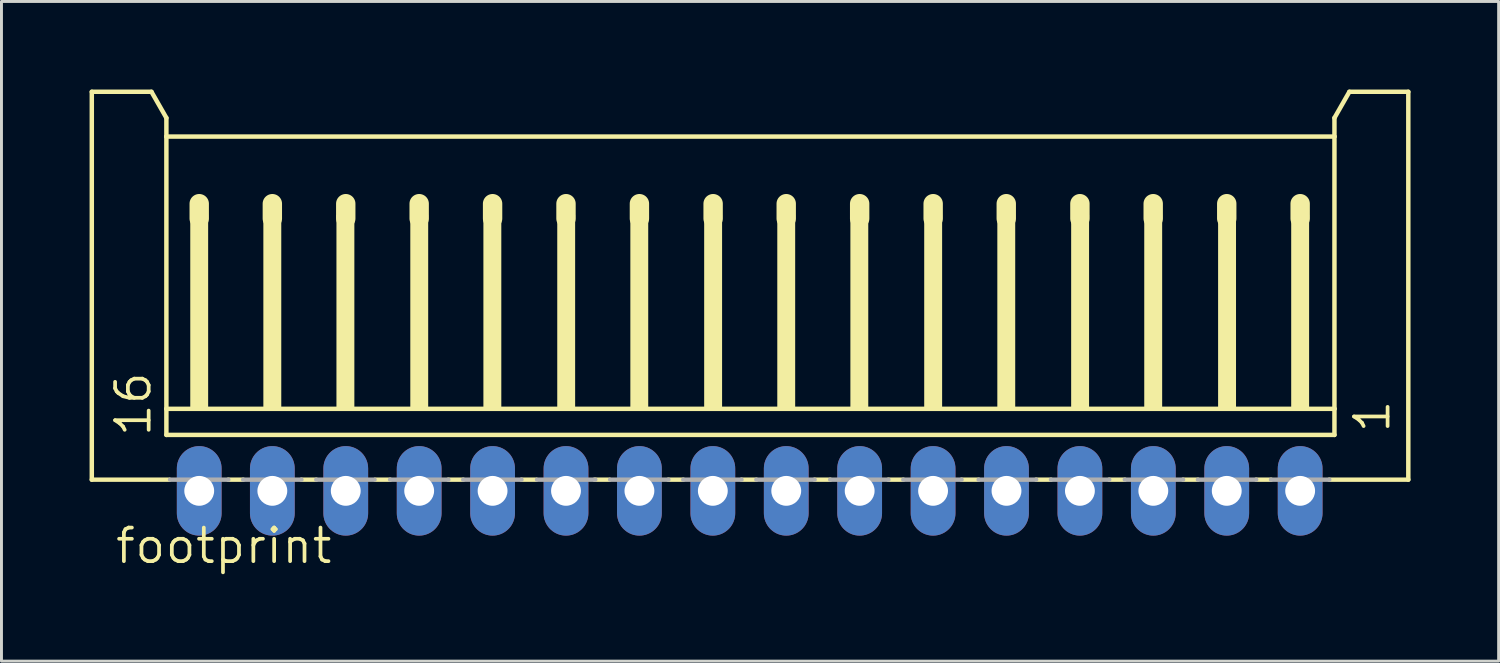
<source format=kicad_pcb>
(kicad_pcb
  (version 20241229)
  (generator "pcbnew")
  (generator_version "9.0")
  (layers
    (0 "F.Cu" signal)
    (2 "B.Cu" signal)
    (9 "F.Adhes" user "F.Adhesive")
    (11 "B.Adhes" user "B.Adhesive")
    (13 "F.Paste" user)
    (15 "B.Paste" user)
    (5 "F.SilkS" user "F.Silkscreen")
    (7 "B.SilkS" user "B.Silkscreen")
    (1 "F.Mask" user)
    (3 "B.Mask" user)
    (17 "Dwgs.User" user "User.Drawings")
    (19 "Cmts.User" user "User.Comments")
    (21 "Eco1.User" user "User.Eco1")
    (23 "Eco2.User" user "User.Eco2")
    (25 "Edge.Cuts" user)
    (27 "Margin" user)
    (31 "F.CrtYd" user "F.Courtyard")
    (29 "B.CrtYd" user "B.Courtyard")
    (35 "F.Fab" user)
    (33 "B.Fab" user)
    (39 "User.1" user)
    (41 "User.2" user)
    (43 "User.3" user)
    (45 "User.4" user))
  (footprint "footprint"
    (layer "F.Cu")
    (at 22.474 7.415)
    (property "Reference" "footprint" (at -21.661 8.79 0) (layer "F.SilkS") (effects (font (size 1.143 1.143) (thickness 0.127)) (justify left bottom)))
    (fp_line (start -22.398 -7.339) (end -20.366 -7.339) (stroke (width 0.152) (type solid)) (layer "F.SilkS"))
    (fp_line (start -22.398 5.869) (end -22.398 -7.339) (stroke (width 0.152) (type solid)) (layer "F.SilkS"))
    (fp_line (start -20.366 -7.339) (end -19.858 -6.45) (stroke (width 0.152) (type solid)) (layer "F.SilkS"))
    (fp_line (start -19.858 -6.45) (end -19.858 -5.815) (stroke (width 0.152) (type solid)) (layer "F.SilkS"))
    (fp_line (start -19.858 -5.815) (end -19.858 3.456) (stroke (width 0.152) (type solid)) (layer "F.SilkS"))
    (fp_line (start -19.858 3.456) (end -19.858 4.345) (stroke (width 0.152) (type solid)) (layer "F.SilkS"))
    (fp_line (start -19.756 5.869) (end -22.398 5.869) (stroke (width 0.152) (type solid)) (layer "F.SilkS"))
    (fp_line (start -18.74 -3.529) (end -18.74 -3.021) (stroke (width 0.66) (type solid)) (layer "F.SilkS"))
    (fp_line (start -17.242 5.869) (end -17.75 5.869) (stroke (width 0.152) (type solid)) (layer "F.SilkS"))
    (fp_line (start -16.25 -3.529) (end -16.25 -3.021) (stroke (width 0.66) (type solid)) (layer "F.SilkS"))
    (fp_line (start -14.753 5.869) (end -15.261 5.869) (stroke (width 0.152) (type solid)) (layer "F.SilkS"))
    (fp_line (start -13.75 -3.529) (end -13.75 -3.021) (stroke (width 0.66) (type solid)) (layer "F.SilkS"))
    (fp_line (start -12.238 5.869) (end -12.746 5.869) (stroke (width 0.152) (type solid)) (layer "F.SilkS"))
    (fp_line (start -11.25 -3.529) (end -11.25 -3.021) (stroke (width 0.66) (type solid)) (layer "F.SilkS"))
    (fp_line (start -9.749 5.869) (end -10.257 5.869) (stroke (width 0.152) (type solid)) (layer "F.SilkS"))
    (fp_line (start -8.75 -3.529) (end -8.75 -3.021) (stroke (width 0.66) (type solid)) (layer "F.SilkS"))
    (fp_line (start -7.26 5.869) (end -7.768 5.869) (stroke (width 0.152) (type solid)) (layer "F.SilkS"))
    (fp_line (start -6.25 -3.529) (end -6.25 -3.021) (stroke (width 0.66) (type solid)) (layer "F.SilkS"))
    (fp_line (start -4.77 5.869) (end -5.278 5.869) (stroke (width 0.152) (type solid)) (layer "F.SilkS"))
    (fp_line (start -3.75 -3.529) (end -3.75 -3.021) (stroke (width 0.66) (type solid)) (layer "F.SilkS"))
    (fp_line (start -2.256 5.869) (end -2.764 5.869) (stroke (width 0.152) (type solid)) (layer "F.SilkS"))
    (fp_line (start -1.24 -3.529) (end -1.24 -3.021) (stroke (width 0.66) (type solid)) (layer "F.SilkS"))
    (fp_line (start 0.233 5.869) (end -0.275 5.869) (stroke (width 0.152) (type solid)) (layer "F.SilkS"))
    (fp_line (start 1.249 -3.529) (end 1.249 -3.021) (stroke (width 0.66) (type solid)) (layer "F.SilkS"))
    (fp_line (start 2.748 5.869) (end 2.215 5.869) (stroke (width 0.152) (type solid)) (layer "F.SilkS"))
    (fp_line (start 3.75 -3.529) (end 3.75 -3.021) (stroke (width 0.66) (type solid)) (layer "F.SilkS"))
    (fp_line (start 5.237 5.869) (end 4.729 5.869) (stroke (width 0.152) (type solid)) (layer "F.SilkS"))
    (fp_line (start 6.253 -3.529) (end 6.253 -3.021) (stroke (width 0.66) (type solid)) (layer "F.SilkS"))
    (fp_line (start 7.803 5.869) (end 7.218 5.869) (stroke (width 0.152) (type solid)) (layer "F.SilkS"))
    (fp_line (start 8.742 -3.529) (end 8.742 -3.021) (stroke (width 0.66) (type solid)) (layer "F.SilkS"))
    (fp_line (start 10.266 5.869) (end 9.758 5.869) (stroke (width 0.152) (type solid)) (layer "F.SilkS"))
    (fp_line (start 11.25 -3.529) (end 11.25 -3.021) (stroke (width 0.66) (type solid)) (layer "F.SilkS"))
    (fp_line (start 12.781 5.869) (end 12.248 5.869) (stroke (width 0.152) (type solid)) (layer "F.SilkS"))
    (fp_line (start 13.746 -3.529) (end 13.746 -3.021) (stroke (width 0.66) (type solid)) (layer "F.SilkS"))
    (fp_line (start 15.27 5.869) (end 14.762 5.869) (stroke (width 0.152) (type solid)) (layer "F.SilkS"))
    (fp_line (start 16.25 -3.529) (end 16.25 -3.021) (stroke (width 0.66) (type solid)) (layer "F.SilkS"))
    (fp_line (start 17.759 5.869) (end 17.251 5.869) (stroke (width 0.152) (type solid)) (layer "F.SilkS"))
    (fp_line (start 18.75 -3.529) (end 18.75 -3.021) (stroke (width 0.66) (type solid)) (layer "F.SilkS"))
    (fp_line (start 19.918 -6.45) (end 19.918 -5.815) (stroke (width 0.152) (type solid)) (layer "F.SilkS"))
    (fp_line (start 19.918 -6.45) (end 20.426 -7.339) (stroke (width 0.152) (type solid)) (layer "F.SilkS"))
    (fp_line (start 19.918 -5.815) (end -19.858 -5.815) (stroke (width 0.152) (type solid)) (layer "F.SilkS"))
    (fp_line (start 19.918 -5.815) (end 19.918 3.456) (stroke (width 0.152) (type solid)) (layer "F.SilkS"))
    (fp_line (start 19.918 3.456) (end -19.858 3.456) (stroke (width 0.152) (type solid)) (layer "F.SilkS"))
    (fp_line (start 19.918 3.456) (end 19.918 4.345) (stroke (width 0.152) (type solid)) (layer "F.SilkS"))
    (fp_line (start 19.918 4.345) (end -19.858 4.345) (stroke (width 0.152) (type solid)) (layer "F.SilkS"))
    (fp_line (start 22.433 -7.339) (end 20.426 -7.339) (stroke (width 0.152) (type solid)) (layer "F.SilkS"))
    (fp_line (start 22.433 5.869) (end 19.741 5.869) (stroke (width 0.152) (type solid)) (layer "F.SilkS"))
    (fp_line (start 22.433 5.869) (end 22.433 -7.339) (stroke (width 0.152) (type solid)) (layer "F.SilkS"))
    (fp_poly (pts (xy -19.045 3.456) (xy -18.436 3.456) (xy -18.436 -3.148) (xy -19.045 -3.148)) (stroke (width 0) (type solid)) (fill yes) (layer "F.SilkS"))
    (fp_poly (pts (xy -16.556 3.456) (xy -15.946 3.456) (xy -15.946 -3.148) (xy -16.556 -3.148)) (stroke (width 0) (type solid)) (fill yes) (layer "F.SilkS"))
    (fp_poly (pts (xy -14.067 3.456) (xy -13.457 3.456) (xy -13.457 -3.148) (xy -14.067 -3.148)) (stroke (width 0) (type solid)) (fill yes) (layer "F.SilkS"))
    (fp_poly (pts (xy -11.552 3.456) (xy -10.943 3.456) (xy -10.943 -3.148) (xy -11.552 -3.148)) (stroke (width 0) (type solid)) (fill yes) (layer "F.SilkS"))
    (fp_poly (pts (xy -9.063 3.456) (xy -8.453 3.456) (xy -8.453 -3.148) (xy -9.063 -3.148)) (stroke (width 0) (type solid)) (fill yes) (layer "F.SilkS"))
    (fp_poly (pts (xy -6.548 3.456) (xy -5.939 3.456) (xy -5.939 -3.148) (xy -6.548 -3.148)) (stroke (width 0) (type solid)) (fill yes) (layer "F.SilkS"))
    (fp_poly (pts (xy -4.059 3.456) (xy -3.45 3.456) (xy -3.45 -3.148) (xy -4.059 -3.148)) (stroke (width 0) (type solid)) (fill yes) (layer "F.SilkS"))
    (fp_poly (pts (xy -1.545 3.456) (xy -0.935 3.456) (xy -0.935 -3.148) (xy -1.545 -3.148)) (stroke (width 0) (type solid)) (fill yes) (layer "F.SilkS"))
    (fp_poly (pts (xy 0.945 3.456) (xy 1.554 3.456) (xy 1.554 -3.148) (xy 0.945 -3.148)) (stroke (width 0) (type solid)) (fill yes) (layer "F.SilkS"))
    (fp_poly (pts (xy 3.434 3.456) (xy 4.043 3.456) (xy 4.043 -3.148) (xy 3.434 -3.148)) (stroke (width 0) (type solid)) (fill yes) (layer "F.SilkS"))
    (fp_poly (pts (xy 5.948 3.456) (xy 6.558 3.456) (xy 6.558 -3.148) (xy 5.948 -3.148)) (stroke (width 0) (type solid)) (fill yes) (layer "F.SilkS"))
    (fp_poly (pts (xy 8.438 3.456) (xy 9.047 3.456) (xy 9.047 -3.148) (xy 8.438 -3.148)) (stroke (width 0) (type solid)) (fill yes) (layer "F.SilkS"))
    (fp_poly (pts (xy 10.952 3.456) (xy 11.562 3.456) (xy 11.562 -3.148) (xy 10.952 -3.148)) (stroke (width 0) (type solid)) (fill yes) (layer "F.SilkS"))
    (fp_poly (pts (xy 13.441 3.456) (xy 14.051 3.456) (xy 14.051 -3.148) (xy 13.441 -3.148)) (stroke (width 0) (type solid)) (fill yes) (layer "F.SilkS"))
    (fp_poly (pts (xy 15.956 3.456) (xy 16.566 3.456) (xy 16.566 -3.148) (xy 15.956 -3.148)) (stroke (width 0) (type solid)) (fill yes) (layer "F.SilkS"))
    (fp_poly (pts (xy 18.445 3.456) (xy 19.055 3.456) (xy 19.055 -3.148) (xy 18.445 -3.148)) (stroke (width 0) (type solid)) (fill yes) (layer "F.SilkS"))
    (fp_line (start -19.731 5.869) (end -17.75 5.869) (stroke (width 0.152) (type solid)) (layer "F.Fab"))
    (fp_line (start -17.242 5.869) (end -15.261 5.869) (stroke (width 0.152) (type solid)) (layer "F.Fab"))
    (fp_line (start -14.753 5.869) (end -12.771 5.869) (stroke (width 0.152) (type solid)) (layer "F.Fab"))
    (fp_line (start -12.238 5.869) (end -10.257 5.869) (stroke (width 0.152) (type solid)) (layer "F.Fab"))
    (fp_line (start -9.749 5.869) (end -7.768 5.869) (stroke (width 0.152) (type solid)) (layer "F.Fab"))
    (fp_line (start -7.234 5.869) (end -5.253 5.869) (stroke (width 0.152) (type solid)) (layer "F.Fab"))
    (fp_line (start -4.745 5.869) (end -2.764 5.869) (stroke (width 0.152) (type solid)) (layer "F.Fab"))
    (fp_line (start -2.256 5.869) (end -0.275 5.869) (stroke (width 0.152) (type solid)) (layer "F.Fab"))
    (fp_line (start 0.233 5.869) (end 2.215 5.869) (stroke (width 0.152) (type solid)) (layer "F.Fab"))
    (fp_line (start 2.748 5.869) (end 4.729 5.869) (stroke (width 0.152) (type solid)) (layer "F.Fab"))
    (fp_line (start 5.237 5.869) (end 7.218 5.869) (stroke (width 0.152) (type solid)) (layer "F.Fab"))
    (fp_line (start 7.803 5.869) (end 9.758 5.869) (stroke (width 0.152) (type solid)) (layer "F.Fab"))
    (fp_line (start 10.266 5.869) (end 12.248 5.869) (stroke (width 0.152) (type solid)) (layer "F.Fab"))
    (fp_line (start 12.781 5.869) (end 14.762 5.869) (stroke (width 0.152) (type solid)) (layer "F.Fab"))
    (fp_line (start 15.27 5.869) (end 17.251 5.869) (stroke (width 0.152) (type solid)) (layer "F.Fab"))
    (fp_line (start 17.759 5.869) (end 19.741 5.869) (stroke (width 0.152) (type solid)) (layer "F.Fab"))
    (fp_poly (pts (xy -19.045 6.504) (xy -18.436 6.504) (xy -18.436 5.869) (xy -19.045 5.869)) (stroke (width 0.1) (type solid)) (fill no) (layer "F.Fab"))
    (fp_poly (pts (xy -16.556 6.504) (xy -15.946 6.504) (xy -15.946 5.869) (xy -16.556 5.869)) (stroke (width 0.1) (type solid)) (fill no) (layer "F.Fab"))
    (fp_poly (pts (xy -14.067 6.504) (xy -13.457 6.504) (xy -13.457 5.869) (xy -14.067 5.869)) (stroke (width 0.1) (type solid)) (fill no) (layer "F.Fab"))
    (fp_poly (pts (xy -11.552 6.504) (xy -10.943 6.504) (xy -10.943 5.869) (xy -11.552 5.869)) (stroke (width 0.1) (type solid)) (fill no) (layer "F.Fab"))
    (fp_poly (pts (xy -9.063 6.504) (xy -8.453 6.504) (xy -8.453 5.869) (xy -9.063 5.869)) (stroke (width 0.1) (type solid)) (fill no) (layer "F.Fab"))
    (fp_poly (pts (xy -6.548 6.504) (xy -5.939 6.504) (xy -5.939 5.869) (xy -6.548 5.869)) (stroke (width 0.1) (type solid)) (fill no) (layer "F.Fab"))
    (fp_poly (pts (xy -4.059 6.504) (xy -3.45 6.504) (xy -3.45 5.869) (xy -4.059 5.869)) (stroke (width 0.1) (type solid)) (fill no) (layer "F.Fab"))
    (fp_poly (pts (xy -1.545 6.504) (xy -0.935 6.504) (xy -0.935 5.869) (xy -1.545 5.869)) (stroke (width 0.1) (type solid)) (fill no) (layer "F.Fab"))
    (fp_poly (pts (xy 0.945 6.504) (xy 1.554 6.504) (xy 1.554 5.869) (xy 0.945 5.869)) (stroke (width 0.1) (type solid)) (fill no) (layer "F.Fab"))
    (fp_poly (pts (xy 3.434 6.504) (xy 4.043 6.504) (xy 4.043 5.869) (xy 3.434 5.869)) (stroke (width 0.1) (type solid)) (fill no) (layer "F.Fab"))
    (fp_poly (pts (xy 5.948 6.504) (xy 6.558 6.504) (xy 6.558 5.869) (xy 5.948 5.869)) (stroke (width 0.1) (type solid)) (fill no) (layer "F.Fab"))
    (fp_poly (pts (xy 8.438 6.504) (xy 9.047 6.504) (xy 9.047 5.869) (xy 8.438 5.869)) (stroke (width 0.1) (type solid)) (fill no) (layer "F.Fab"))
    (fp_poly (pts (xy 10.952 6.504) (xy 11.562 6.504) (xy 11.562 5.869) (xy 10.952 5.869)) (stroke (width 0.1) (type solid)) (fill no) (layer "F.Fab"))
    (fp_poly (pts (xy 13.441 6.504) (xy 14.051 6.504) (xy 14.051 5.869) (xy 13.441 5.869)) (stroke (width 0.1) (type solid)) (fill no) (layer "F.Fab"))
    (fp_poly (pts (xy 15.956 6.504) (xy 16.566 6.504) (xy 16.566 5.869) (xy 15.956 5.869)) (stroke (width 0.1) (type solid)) (fill no) (layer "F.Fab"))
    (fp_poly (pts (xy 18.445 6.504) (xy 19.055 6.504) (xy 19.055 5.869) (xy 18.445 5.869)) (stroke (width 0.1) (type solid)) (fill no) (layer "F.Fab"))
    (fp_text user "1" (at 21.874 4.345 90) (layer "F.SilkS") (effects (font (size 1.143 1.143) (thickness 0.127)) (justify left bottom)))
    (fp_text user "16" (at -20.315 4.472 90) (layer "F.SilkS") (effects (font (size 1.143 1.143) (thickness 0.127)) (justify left bottom)))
    (pad "1" thru_hole oval (at 18.75 6.25 90) (size 3.048 1.524) (drill 1.016) (layers "*.Cu" "*.Mask"))
    (pad "2" thru_hole oval (at 16.25 6.25 90) (size 3.048 1.524) (drill 1.016) (layers "*.Cu" "*.Mask"))
    (pad "3" thru_hole oval (at 13.75 6.25 90) (size 3.048 1.524) (drill 1.016) (layers "*.Cu" "*.Mask"))
    (pad "4" thru_hole oval (at 11.25 6.25 90) (size 3.048 1.524) (drill 1.016) (layers "*.Cu" "*.Mask"))
    (pad "5" thru_hole oval (at 8.75 6.25 90) (size 3.048 1.524) (drill 1.016) (layers "*.Cu" "*.Mask"))
    (pad "6" thru_hole oval (at 6.25 6.25 90) (size 3.048 1.524) (drill 1.016) (layers "*.Cu" "*.Mask"))
    (pad "7" thru_hole oval (at 3.75 6.25 90) (size 3.048 1.524) (drill 1.016) (layers "*.Cu" "*.Mask"))
    (pad "8" thru_hole oval (at 1.25 6.25 90) (size 3.048 1.524) (drill 1.016) (layers "*.Cu" "*.Mask"))
    (pad "9" thru_hole oval (at -1.25 6.25 90) (size 3.048 1.524) (drill 1.016) (layers "*.Cu" "*.Mask"))
    (pad "10" thru_hole oval (at -3.75 6.25 90) (size 3.048 1.524) (drill 1.016) (layers "*.Cu" "*.Mask"))
    (pad "11" thru_hole oval (at -6.25 6.25 90) (size 3.048 1.524) (drill 1.016) (layers "*.Cu" "*.Mask"))
    (pad "12" thru_hole oval (at -8.75 6.25 90) (size 3.048 1.524) (drill 1.016) (layers "*.Cu" "*.Mask"))
    (pad "13" thru_hole oval (at -11.25 6.25 90) (size 3.048 1.524) (drill 1.016) (layers "*.Cu" "*.Mask"))
    (pad "14" thru_hole oval (at -13.75 6.25 90) (size 3.048 1.524) (drill 1.016) (layers "*.Cu" "*.Mask"))
    (pad "15" thru_hole oval (at -16.25 6.25 90) (size 3.048 1.524) (drill 1.016) (layers "*.Cu" "*.Mask"))
    (pad "16" thru_hole oval (at -18.74 6.25 90) (size 3.048 1.524) (drill 1.016) (layers "*.Cu" "*.Mask")))
  (gr_rect
    (start -3 -3)
    (end 47.983 19.464)
    (stroke (width 0.1) (type default))
    (fill no)
    (layer "Edge.Cuts")))
</source>
